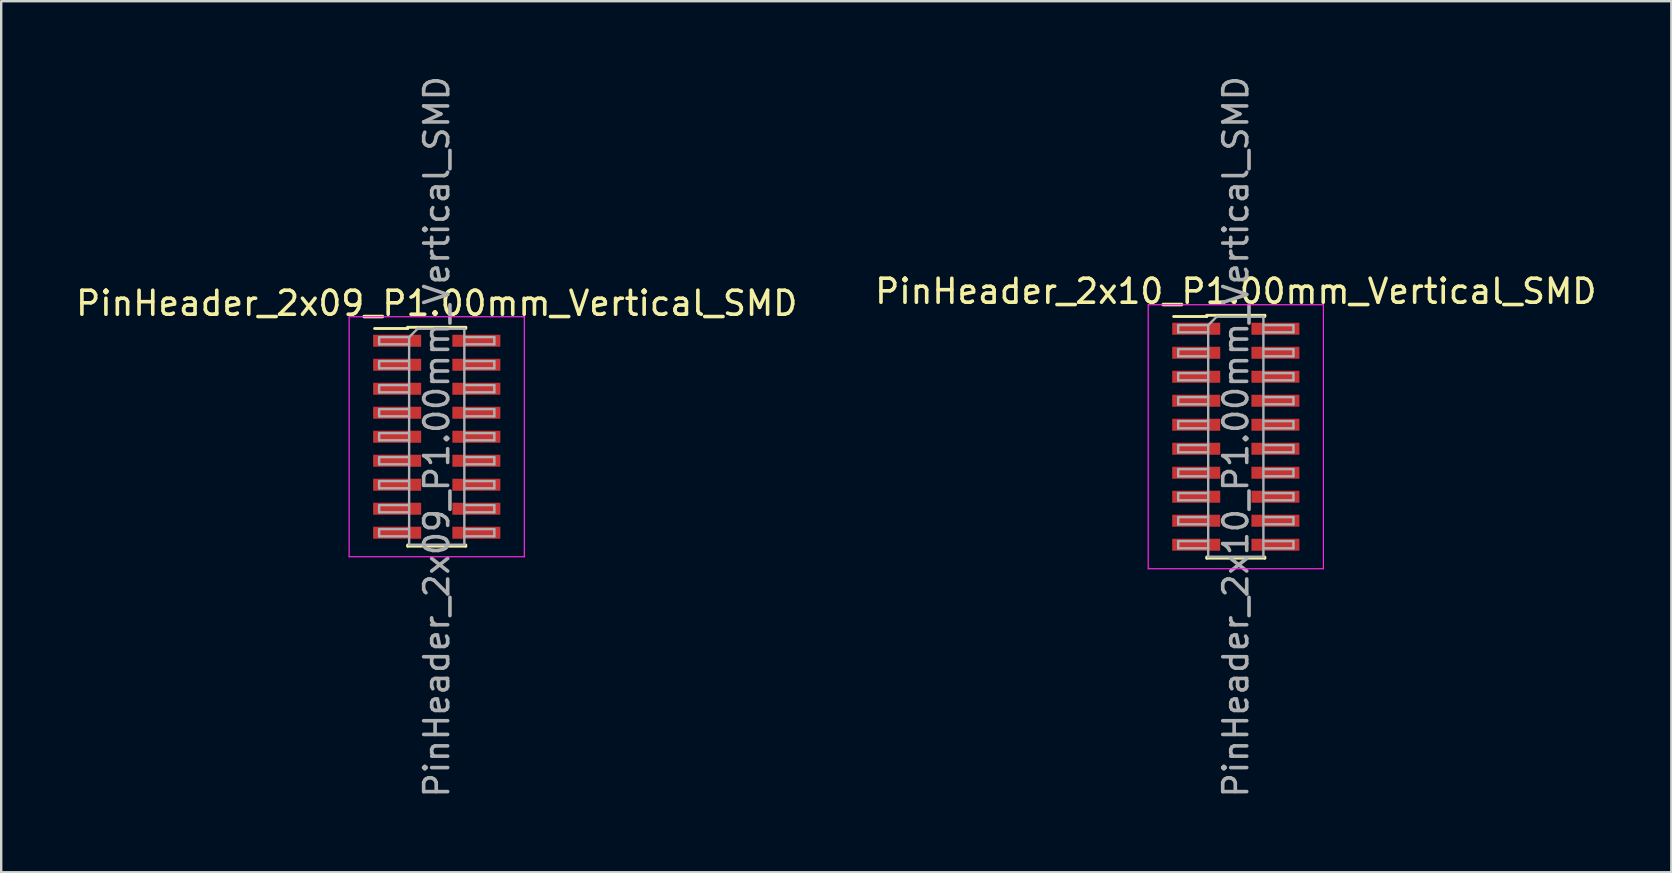
<source format=kicad_pcb>
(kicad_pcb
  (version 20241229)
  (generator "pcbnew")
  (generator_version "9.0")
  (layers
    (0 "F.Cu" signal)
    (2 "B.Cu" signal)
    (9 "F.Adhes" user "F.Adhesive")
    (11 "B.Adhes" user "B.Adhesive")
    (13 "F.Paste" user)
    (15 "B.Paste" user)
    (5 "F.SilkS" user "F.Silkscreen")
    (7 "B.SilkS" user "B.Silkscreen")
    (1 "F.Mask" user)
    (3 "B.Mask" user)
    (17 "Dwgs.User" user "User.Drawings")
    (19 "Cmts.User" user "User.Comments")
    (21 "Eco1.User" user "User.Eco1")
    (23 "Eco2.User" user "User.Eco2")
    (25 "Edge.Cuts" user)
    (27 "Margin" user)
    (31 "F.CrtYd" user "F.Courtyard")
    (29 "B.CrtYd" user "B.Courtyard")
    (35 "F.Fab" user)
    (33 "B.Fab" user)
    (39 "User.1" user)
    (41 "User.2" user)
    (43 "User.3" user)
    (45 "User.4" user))
  (footprint "PinHeader_2x10_P1.00mm_Vertical_SMD"
    (layer "F.Cu")
    (at 48.446 15.149)
    (property "Reference" "PinHeader_2x10_P1.00mm_Vertical_SMD" (at 0 -6.06 0) (layer "F.SilkS") (effects (font (size 1 1) (thickness 0.15))))
    (attr smd)
    (fp_line (start -2.59 -5.01) (end -1.21 -5.01) (stroke (width 0.12) (type solid)) (layer "F.SilkS"))
    (fp_line (start -1.21 -5.06) (end -1.21 -5.01) (stroke (width 0.12) (type solid)) (layer "F.SilkS"))
    (fp_line (start -1.21 -5.06) (end 1.21 -5.06) (stroke (width 0.12) (type solid)) (layer "F.SilkS"))
    (fp_line (start -1.21 5.01) (end -1.21 5.06) (stroke (width 0.12) (type solid)) (layer "F.SilkS"))
    (fp_line (start -1.21 5.06) (end 1.21 5.06) (stroke (width 0.12) (type solid)) (layer "F.SilkS"))
    (fp_line (start 1.21 -5.06) (end 1.21 -5.01) (stroke (width 0.12) (type solid)) (layer "F.SilkS"))
    (fp_line (start 1.21 5.01) (end 1.21 5.06) (stroke (width 0.12) (type solid)) (layer "F.SilkS"))
    (fp_line (start -3.65 -5.5) (end -3.65 5.5) (stroke (width 0.05) (type solid)) (layer "F.CrtYd"))
    (fp_line (start -3.65 5.5) (end 3.65 5.5) (stroke (width 0.05) (type solid)) (layer "F.CrtYd"))
    (fp_line (start 3.65 -5.5) (end -3.65 -5.5) (stroke (width 0.05) (type solid)) (layer "F.CrtYd"))
    (fp_line (start 3.65 5.5) (end 3.65 -5.5) (stroke (width 0.05) (type solid)) (layer "F.CrtYd"))
    (fp_line (start -2.4 -4.65) (end -2.4 -4.35) (stroke (width 0.1) (type solid)) (layer "F.Fab"))
    (fp_line (start -2.4 -4.35) (end -1.15 -4.35) (stroke (width 0.1) (type solid)) (layer "F.Fab"))
    (fp_line (start -2.4 -3.65) (end -2.4 -3.35) (stroke (width 0.1) (type solid)) (layer "F.Fab"))
    (fp_line (start -2.4 -3.35) (end -1.15 -3.35) (stroke (width 0.1) (type solid)) (layer "F.Fab"))
    (fp_line (start -2.4 -2.65) (end -2.4 -2.35) (stroke (width 0.1) (type solid)) (layer "F.Fab"))
    (fp_line (start -2.4 -2.35) (end -1.15 -2.35) (stroke (width 0.1) (type solid)) (layer "F.Fab"))
    (fp_line (start -2.4 -1.65) (end -2.4 -1.35) (stroke (width 0.1) (type solid)) (layer "F.Fab"))
    (fp_line (start -2.4 -1.35) (end -1.15 -1.35) (stroke (width 0.1) (type solid)) (layer "F.Fab"))
    (fp_line (start -2.4 -0.65) (end -2.4 -0.35) (stroke (width 0.1) (type solid)) (layer "F.Fab"))
    (fp_line (start -2.4 -0.35) (end -1.15 -0.35) (stroke (width 0.1) (type solid)) (layer "F.Fab"))
    (fp_line (start -2.4 0.35) (end -2.4 0.65) (stroke (width 0.1) (type solid)) (layer "F.Fab"))
    (fp_line (start -2.4 0.65) (end -1.15 0.65) (stroke (width 0.1) (type solid)) (layer "F.Fab"))
    (fp_line (start -2.4 1.35) (end -2.4 1.65) (stroke (width 0.1) (type solid)) (layer "F.Fab"))
    (fp_line (start -2.4 1.65) (end -1.15 1.65) (stroke (width 0.1) (type solid)) (layer "F.Fab"))
    (fp_line (start -2.4 2.35) (end -2.4 2.65) (stroke (width 0.1) (type solid)) (layer "F.Fab"))
    (fp_line (start -2.4 2.65) (end -1.15 2.65) (stroke (width 0.1) (type solid)) (layer "F.Fab"))
    (fp_line (start -2.4 3.35) (end -2.4 3.65) (stroke (width 0.1) (type solid)) (layer "F.Fab"))
    (fp_line (start -2.4 3.65) (end -1.15 3.65) (stroke (width 0.1) (type solid)) (layer "F.Fab"))
    (fp_line (start -2.4 4.35) (end -2.4 4.65) (stroke (width 0.1) (type solid)) (layer "F.Fab"))
    (fp_line (start -2.4 4.65) (end -1.15 4.65) (stroke (width 0.1) (type solid)) (layer "F.Fab"))
    (fp_line (start -1.15 -4.65) (end -2.4 -4.65) (stroke (width 0.1) (type solid)) (layer "F.Fab"))
    (fp_line (start -1.15 -4.65) (end -0.8 -5) (stroke (width 0.1) (type solid)) (layer "F.Fab"))
    (fp_line (start -1.15 -3.65) (end -2.4 -3.65) (stroke (width 0.1) (type solid)) (layer "F.Fab"))
    (fp_line (start -1.15 -2.65) (end -2.4 -2.65) (stroke (width 0.1) (type solid)) (layer "F.Fab"))
    (fp_line (start -1.15 -1.65) (end -2.4 -1.65) (stroke (width 0.1) (type solid)) (layer "F.Fab"))
    (fp_line (start -1.15 -0.65) (end -2.4 -0.65) (stroke (width 0.1) (type solid)) (layer "F.Fab"))
    (fp_line (start -1.15 0.35) (end -2.4 0.35) (stroke (width 0.1) (type solid)) (layer "F.Fab"))
    (fp_line (start -1.15 1.35) (end -2.4 1.35) (stroke (width 0.1) (type solid)) (layer "F.Fab"))
    (fp_line (start -1.15 2.35) (end -2.4 2.35) (stroke (width 0.1) (type solid)) (layer "F.Fab"))
    (fp_line (start -1.15 3.35) (end -2.4 3.35) (stroke (width 0.1) (type solid)) (layer "F.Fab"))
    (fp_line (start -1.15 4.35) (end -2.4 4.35) (stroke (width 0.1) (type solid)) (layer "F.Fab"))
    (fp_line (start -1.15 5) (end -1.15 -4.65) (stroke (width 0.1) (type solid)) (layer "F.Fab"))
    (fp_line (start -0.8 -5) (end 1.15 -5) (stroke (width 0.1) (type solid)) (layer "F.Fab"))
    (fp_line (start 1.15 -5) (end 1.15 5) (stroke (width 0.1) (type solid)) (layer "F.Fab"))
    (fp_line (start 1.15 -4.65) (end 2.4 -4.65) (stroke (width 0.1) (type solid)) (layer "F.Fab"))
    (fp_line (start 1.15 -3.65) (end 2.4 -3.65) (stroke (width 0.1) (type solid)) (layer "F.Fab"))
    (fp_line (start 1.15 -2.65) (end 2.4 -2.65) (stroke (width 0.1) (type solid)) (layer "F.Fab"))
    (fp_line (start 1.15 -1.65) (end 2.4 -1.65) (stroke (width 0.1) (type solid)) (layer "F.Fab"))
    (fp_line (start 1.15 -0.65) (end 2.4 -0.65) (stroke (width 0.1) (type solid)) (layer "F.Fab"))
    (fp_line (start 1.15 0.35) (end 2.4 0.35) (stroke (width 0.1) (type solid)) (layer "F.Fab"))
    (fp_line (start 1.15 1.35) (end 2.4 1.35) (stroke (width 0.1) (type solid)) (layer "F.Fab"))
    (fp_line (start 1.15 2.35) (end 2.4 2.35) (stroke (width 0.1) (type solid)) (layer "F.Fab"))
    (fp_line (start 1.15 3.35) (end 2.4 3.35) (stroke (width 0.1) (type solid)) (layer "F.Fab"))
    (fp_line (start 1.15 4.35) (end 2.4 4.35) (stroke (width 0.1) (type solid)) (layer "F.Fab"))
    (fp_line (start 1.15 5) (end -1.15 5) (stroke (width 0.1) (type solid)) (layer "F.Fab"))
    (fp_line (start 2.4 -4.65) (end 2.4 -4.35) (stroke (width 0.1) (type solid)) (layer "F.Fab"))
    (fp_line (start 2.4 -4.35) (end 1.15 -4.35) (stroke (width 0.1) (type solid)) (layer "F.Fab"))
    (fp_line (start 2.4 -3.65) (end 2.4 -3.35) (stroke (width 0.1) (type solid)) (layer "F.Fab"))
    (fp_line (start 2.4 -3.35) (end 1.15 -3.35) (stroke (width 0.1) (type solid)) (layer "F.Fab"))
    (fp_line (start 2.4 -2.65) (end 2.4 -2.35) (stroke (width 0.1) (type solid)) (layer "F.Fab"))
    (fp_line (start 2.4 -2.35) (end 1.15 -2.35) (stroke (width 0.1) (type solid)) (layer "F.Fab"))
    (fp_line (start 2.4 -1.65) (end 2.4 -1.35) (stroke (width 0.1) (type solid)) (layer "F.Fab"))
    (fp_line (start 2.4 -1.35) (end 1.15 -1.35) (stroke (width 0.1) (type solid)) (layer "F.Fab"))
    (fp_line (start 2.4 -0.65) (end 2.4 -0.35) (stroke (width 0.1) (type solid)) (layer "F.Fab"))
    (fp_line (start 2.4 -0.35) (end 1.15 -0.35) (stroke (width 0.1) (type solid)) (layer "F.Fab"))
    (fp_line (start 2.4 0.35) (end 2.4 0.65) (stroke (width 0.1) (type solid)) (layer "F.Fab"))
    (fp_line (start 2.4 0.65) (end 1.15 0.65) (stroke (width 0.1) (type solid)) (layer "F.Fab"))
    (fp_line (start 2.4 1.35) (end 2.4 1.65) (stroke (width 0.1) (type solid)) (layer "F.Fab"))
    (fp_line (start 2.4 1.65) (end 1.15 1.65) (stroke (width 0.1) (type solid)) (layer "F.Fab"))
    (fp_line (start 2.4 2.35) (end 2.4 2.65) (stroke (width 0.1) (type solid)) (layer "F.Fab"))
    (fp_line (start 2.4 2.65) (end 1.15 2.65) (stroke (width 0.1) (type solid)) (layer "F.Fab"))
    (fp_line (start 2.4 3.35) (end 2.4 3.65) (stroke (width 0.1) (type solid)) (layer "F.Fab"))
    (fp_line (start 2.4 3.65) (end 1.15 3.65) (stroke (width 0.1) (type solid)) (layer "F.Fab"))
    (fp_line (start 2.4 4.35) (end 2.4 4.65) (stroke (width 0.1) (type solid)) (layer "F.Fab"))
    (fp_line (start 2.4 4.65) (end 1.15 4.65) (stroke (width 0.1) (type solid)) (layer "F.Fab"))
    (fp_text user "${REFERENCE}" (at 0 0 90) (layer "F.Fab") (effects (font (size 1 1) (thickness 0.15))))
    (pad "1" smd rect (at -1.65 -4.5) (size 2 0.5) (layers "F.Cu" "F.Mask" "F.Paste"))
    (pad "2" smd rect (at 1.65 -4.5) (size 2 0.5) (layers "F.Cu" "F.Mask" "F.Paste"))
    (pad "3" smd rect (at -1.65 -3.5) (size 2 0.5) (layers "F.Cu" "F.Mask" "F.Paste"))
    (pad "4" smd rect (at 1.65 -3.5) (size 2 0.5) (layers "F.Cu" "F.Mask" "F.Paste"))
    (pad "5" smd rect (at -1.65 -2.5) (size 2 0.5) (layers "F.Cu" "F.Mask" "F.Paste"))
    (pad "6" smd rect (at 1.65 -2.5) (size 2 0.5) (layers "F.Cu" "F.Mask" "F.Paste"))
    (pad "7" smd rect (at -1.65 -1.5) (size 2 0.5) (layers "F.Cu" "F.Mask" "F.Paste"))
    (pad "8" smd rect (at 1.65 -1.5) (size 2 0.5) (layers "F.Cu" "F.Mask" "F.Paste"))
    (pad "9" smd rect (at -1.65 -0.5) (size 2 0.5) (layers "F.Cu" "F.Mask" "F.Paste"))
    (pad "10" smd rect (at 1.65 -0.5) (size 2 0.5) (layers "F.Cu" "F.Mask" "F.Paste"))
    (pad "11" smd rect (at -1.65 0.5) (size 2 0.5) (layers "F.Cu" "F.Mask" "F.Paste"))
    (pad "12" smd rect (at 1.65 0.5) (size 2 0.5) (layers "F.Cu" "F.Mask" "F.Paste"))
    (pad "13" smd rect (at -1.65 1.5) (size 2 0.5) (layers "F.Cu" "F.Mask" "F.Paste"))
    (pad "14" smd rect (at 1.65 1.5) (size 2 0.5) (layers "F.Cu" "F.Mask" "F.Paste"))
    (pad "15" smd rect (at -1.65 2.5) (size 2 0.5) (layers "F.Cu" "F.Mask" "F.Paste"))
    (pad "16" smd rect (at 1.65 2.5) (size 2 0.5) (layers "F.Cu" "F.Mask" "F.Paste"))
    (pad "17" smd rect (at -1.65 3.5) (size 2 0.5) (layers "F.Cu" "F.Mask" "F.Paste"))
    (pad "18" smd rect (at 1.65 3.5) (size 2 0.5) (layers "F.Cu" "F.Mask" "F.Paste"))
    (pad "19" smd rect (at -1.65 4.5) (size 2 0.5) (layers "F.Cu" "F.Mask" "F.Paste"))
    (pad "20" smd rect (at 1.65 4.5) (size 2 0.5) (layers "F.Cu" "F.Mask" "F.Paste")))
  (footprint "PinHeader_2x09_P1.00mm_Vertical_SMD"
    (layer "F.Cu")
    (at 15.149 15.149)
    (property "Reference" "PinHeader_2x09_P1.00mm_Vertical_SMD" (at 0 -5.56 0) (layer "F.SilkS") (effects (font (size 1 1) (thickness 0.15))))
    (attr smd)
    (fp_line (start -2.59 -4.51) (end -1.21 -4.51) (stroke (width 0.12) (type solid)) (layer "F.SilkS"))
    (fp_line (start -1.21 -4.56) (end -1.21 -4.51) (stroke (width 0.12) (type solid)) (layer "F.SilkS"))
    (fp_line (start -1.21 -4.56) (end 1.21 -4.56) (stroke (width 0.12) (type solid)) (layer "F.SilkS"))
    (fp_line (start -1.21 4.51) (end -1.21 4.56) (stroke (width 0.12) (type solid)) (layer "F.SilkS"))
    (fp_line (start -1.21 4.56) (end 1.21 4.56) (stroke (width 0.12) (type solid)) (layer "F.SilkS"))
    (fp_line (start 1.21 -4.56) (end 1.21 -4.51) (stroke (width 0.12) (type solid)) (layer "F.SilkS"))
    (fp_line (start 1.21 4.51) (end 1.21 4.56) (stroke (width 0.12) (type solid)) (layer "F.SilkS"))
    (fp_line (start -3.65 -5) (end -3.65 5) (stroke (width 0.05) (type solid)) (layer "F.CrtYd"))
    (fp_line (start -3.65 5) (end 3.65 5) (stroke (width 0.05) (type solid)) (layer "F.CrtYd"))
    (fp_line (start 3.65 -5) (end -3.65 -5) (stroke (width 0.05) (type solid)) (layer "F.CrtYd"))
    (fp_line (start 3.65 5) (end 3.65 -5) (stroke (width 0.05) (type solid)) (layer "F.CrtYd"))
    (fp_line (start -2.4 -4.15) (end -2.4 -3.85) (stroke (width 0.1) (type solid)) (layer "F.Fab"))
    (fp_line (start -2.4 -3.85) (end -1.15 -3.85) (stroke (width 0.1) (type solid)) (layer "F.Fab"))
    (fp_line (start -2.4 -3.15) (end -2.4 -2.85) (stroke (width 0.1) (type solid)) (layer "F.Fab"))
    (fp_line (start -2.4 -2.85) (end -1.15 -2.85) (stroke (width 0.1) (type solid)) (layer "F.Fab"))
    (fp_line (start -2.4 -2.15) (end -2.4 -1.85) (stroke (width 0.1) (type solid)) (layer "F.Fab"))
    (fp_line (start -2.4 -1.85) (end -1.15 -1.85) (stroke (width 0.1) (type solid)) (layer "F.Fab"))
    (fp_line (start -2.4 -1.15) (end -2.4 -0.85) (stroke (width 0.1) (type solid)) (layer "F.Fab"))
    (fp_line (start -2.4 -0.85) (end -1.15 -0.85) (stroke (width 0.1) (type solid)) (layer "F.Fab"))
    (fp_line (start -2.4 -0.15) (end -2.4 0.15) (stroke (width 0.1) (type solid)) (layer "F.Fab"))
    (fp_line (start -2.4 0.15) (end -1.15 0.15) (stroke (width 0.1) (type solid)) (layer "F.Fab"))
    (fp_line (start -2.4 0.85) (end -2.4 1.15) (stroke (width 0.1) (type solid)) (layer "F.Fab"))
    (fp_line (start -2.4 1.15) (end -1.15 1.15) (stroke (width 0.1) (type solid)) (layer "F.Fab"))
    (fp_line (start -2.4 1.85) (end -2.4 2.15) (stroke (width 0.1) (type solid)) (layer "F.Fab"))
    (fp_line (start -2.4 2.15) (end -1.15 2.15) (stroke (width 0.1) (type solid)) (layer "F.Fab"))
    (fp_line (start -2.4 2.85) (end -2.4 3.15) (stroke (width 0.1) (type solid)) (layer "F.Fab"))
    (fp_line (start -2.4 3.15) (end -1.15 3.15) (stroke (width 0.1) (type solid)) (layer "F.Fab"))
    (fp_line (start -2.4 3.85) (end -2.4 4.15) (stroke (width 0.1) (type solid)) (layer "F.Fab"))
    (fp_line (start -2.4 4.15) (end -1.15 4.15) (stroke (width 0.1) (type solid)) (layer "F.Fab"))
    (fp_line (start -1.15 -4.15) (end -2.4 -4.15) (stroke (width 0.1) (type solid)) (layer "F.Fab"))
    (fp_line (start -1.15 -4.15) (end -0.8 -4.5) (stroke (width 0.1) (type solid)) (layer "F.Fab"))
    (fp_line (start -1.15 -3.15) (end -2.4 -3.15) (stroke (width 0.1) (type solid)) (layer "F.Fab"))
    (fp_line (start -1.15 -2.15) (end -2.4 -2.15) (stroke (width 0.1) (type solid)) (layer "F.Fab"))
    (fp_line (start -1.15 -1.15) (end -2.4 -1.15) (stroke (width 0.1) (type solid)) (layer "F.Fab"))
    (fp_line (start -1.15 -0.15) (end -2.4 -0.15) (stroke (width 0.1) (type solid)) (layer "F.Fab"))
    (fp_line (start -1.15 0.85) (end -2.4 0.85) (stroke (width 0.1) (type solid)) (layer "F.Fab"))
    (fp_line (start -1.15 1.85) (end -2.4 1.85) (stroke (width 0.1) (type solid)) (layer "F.Fab"))
    (fp_line (start -1.15 2.85) (end -2.4 2.85) (stroke (width 0.1) (type solid)) (layer "F.Fab"))
    (fp_line (start -1.15 3.85) (end -2.4 3.85) (stroke (width 0.1) (type solid)) (layer "F.Fab"))
    (fp_line (start -1.15 4.5) (end -1.15 -4.15) (stroke (width 0.1) (type solid)) (layer "F.Fab"))
    (fp_line (start -0.8 -4.5) (end 1.15 -4.5) (stroke (width 0.1) (type solid)) (layer "F.Fab"))
    (fp_line (start 1.15 -4.5) (end 1.15 4.5) (stroke (width 0.1) (type solid)) (layer "F.Fab"))
    (fp_line (start 1.15 -4.15) (end 2.4 -4.15) (stroke (width 0.1) (type solid)) (layer "F.Fab"))
    (fp_line (start 1.15 -3.15) (end 2.4 -3.15) (stroke (width 0.1) (type solid)) (layer "F.Fab"))
    (fp_line (start 1.15 -2.15) (end 2.4 -2.15) (stroke (width 0.1) (type solid)) (layer "F.Fab"))
    (fp_line (start 1.15 -1.15) (end 2.4 -1.15) (stroke (width 0.1) (type solid)) (layer "F.Fab"))
    (fp_line (start 1.15 -0.15) (end 2.4 -0.15) (stroke (width 0.1) (type solid)) (layer "F.Fab"))
    (fp_line (start 1.15 0.85) (end 2.4 0.85) (stroke (width 0.1) (type solid)) (layer "F.Fab"))
    (fp_line (start 1.15 1.85) (end 2.4 1.85) (stroke (width 0.1) (type solid)) (layer "F.Fab"))
    (fp_line (start 1.15 2.85) (end 2.4 2.85) (stroke (width 0.1) (type solid)) (layer "F.Fab"))
    (fp_line (start 1.15 3.85) (end 2.4 3.85) (stroke (width 0.1) (type solid)) (layer "F.Fab"))
    (fp_line (start 1.15 4.5) (end -1.15 4.5) (stroke (width 0.1) (type solid)) (layer "F.Fab"))
    (fp_line (start 2.4 -4.15) (end 2.4 -3.85) (stroke (width 0.1) (type solid)) (layer "F.Fab"))
    (fp_line (start 2.4 -3.85) (end 1.15 -3.85) (stroke (width 0.1) (type solid)) (layer "F.Fab"))
    (fp_line (start 2.4 -3.15) (end 2.4 -2.85) (stroke (width 0.1) (type solid)) (layer "F.Fab"))
    (fp_line (start 2.4 -2.85) (end 1.15 -2.85) (stroke (width 0.1) (type solid)) (layer "F.Fab"))
    (fp_line (start 2.4 -2.15) (end 2.4 -1.85) (stroke (width 0.1) (type solid)) (layer "F.Fab"))
    (fp_line (start 2.4 -1.85) (end 1.15 -1.85) (stroke (width 0.1) (type solid)) (layer "F.Fab"))
    (fp_line (start 2.4 -1.15) (end 2.4 -0.85) (stroke (width 0.1) (type solid)) (layer "F.Fab"))
    (fp_line (start 2.4 -0.85) (end 1.15 -0.85) (stroke (width 0.1) (type solid)) (layer "F.Fab"))
    (fp_line (start 2.4 -0.15) (end 2.4 0.15) (stroke (width 0.1) (type solid)) (layer "F.Fab"))
    (fp_line (start 2.4 0.15) (end 1.15 0.15) (stroke (width 0.1) (type solid)) (layer "F.Fab"))
    (fp_line (start 2.4 0.85) (end 2.4 1.15) (stroke (width 0.1) (type solid)) (layer "F.Fab"))
    (fp_line (start 2.4 1.15) (end 1.15 1.15) (stroke (width 0.1) (type solid)) (layer "F.Fab"))
    (fp_line (start 2.4 1.85) (end 2.4 2.15) (stroke (width 0.1) (type solid)) (layer "F.Fab"))
    (fp_line (start 2.4 2.15) (end 1.15 2.15) (stroke (width 0.1) (type solid)) (layer "F.Fab"))
    (fp_line (start 2.4 2.85) (end 2.4 3.15) (stroke (width 0.1) (type solid)) (layer "F.Fab"))
    (fp_line (start 2.4 3.15) (end 1.15 3.15) (stroke (width 0.1) (type solid)) (layer "F.Fab"))
    (fp_line (start 2.4 3.85) (end 2.4 4.15) (stroke (width 0.1) (type solid)) (layer "F.Fab"))
    (fp_line (start 2.4 4.15) (end 1.15 4.15) (stroke (width 0.1) (type solid)) (layer "F.Fab"))
    (fp_text user "${REFERENCE}" (at 0 0 90) (layer "F.Fab") (effects (font (size 1 1) (thickness 0.15))))
    (pad "1" smd rect (at -1.65 -4) (size 2 0.5) (layers "F.Cu" "F.Mask" "F.Paste"))
    (pad "2" smd rect (at 1.65 -4) (size 2 0.5) (layers "F.Cu" "F.Mask" "F.Paste"))
    (pad "3" smd rect (at -1.65 -3) (size 2 0.5) (layers "F.Cu" "F.Mask" "F.Paste"))
    (pad "4" smd rect (at 1.65 -3) (size 2 0.5) (layers "F.Cu" "F.Mask" "F.Paste"))
    (pad "5" smd rect (at -1.65 -2) (size 2 0.5) (layers "F.Cu" "F.Mask" "F.Paste"))
    (pad "6" smd rect (at 1.65 -2) (size 2 0.5) (layers "F.Cu" "F.Mask" "F.Paste"))
    (pad "7" smd rect (at -1.65 -1) (size 2 0.5) (layers "F.Cu" "F.Mask" "F.Paste"))
    (pad "8" smd rect (at 1.65 -1) (size 2 0.5) (layers "F.Cu" "F.Mask" "F.Paste"))
    (pad "9" smd rect (at -1.65 0) (size 2 0.5) (layers "F.Cu" "F.Mask" "F.Paste"))
    (pad "10" smd rect (at 1.65 0) (size 2 0.5) (layers "F.Cu" "F.Mask" "F.Paste"))
    (pad "11" smd rect (at -1.65 1) (size 2 0.5) (layers "F.Cu" "F.Mask" "F.Paste"))
    (pad "12" smd rect (at 1.65 1) (size 2 0.5) (layers "F.Cu" "F.Mask" "F.Paste"))
    (pad "13" smd rect (at -1.65 2) (size 2 0.5) (layers "F.Cu" "F.Mask" "F.Paste"))
    (pad "14" smd rect (at 1.65 2) (size 2 0.5) (layers "F.Cu" "F.Mask" "F.Paste"))
    (pad "15" smd rect (at -1.65 3) (size 2 0.5) (layers "F.Cu" "F.Mask" "F.Paste"))
    (pad "16" smd rect (at 1.65 3) (size 2 0.5) (layers "F.Cu" "F.Mask" "F.Paste"))
    (pad "17" smd rect (at -1.65 4) (size 2 0.5) (layers "F.Cu" "F.Mask" "F.Paste"))
    (pad "18" smd rect (at 1.65 4) (size 2 0.5) (layers "F.Cu" "F.Mask" "F.Paste")))
  (gr_rect
    (start -3 -3)
    (end 66.595 33.298)
    (stroke (width 0.1) (type default))
    (fill no)
    (layer "Edge.Cuts")))
</source>
